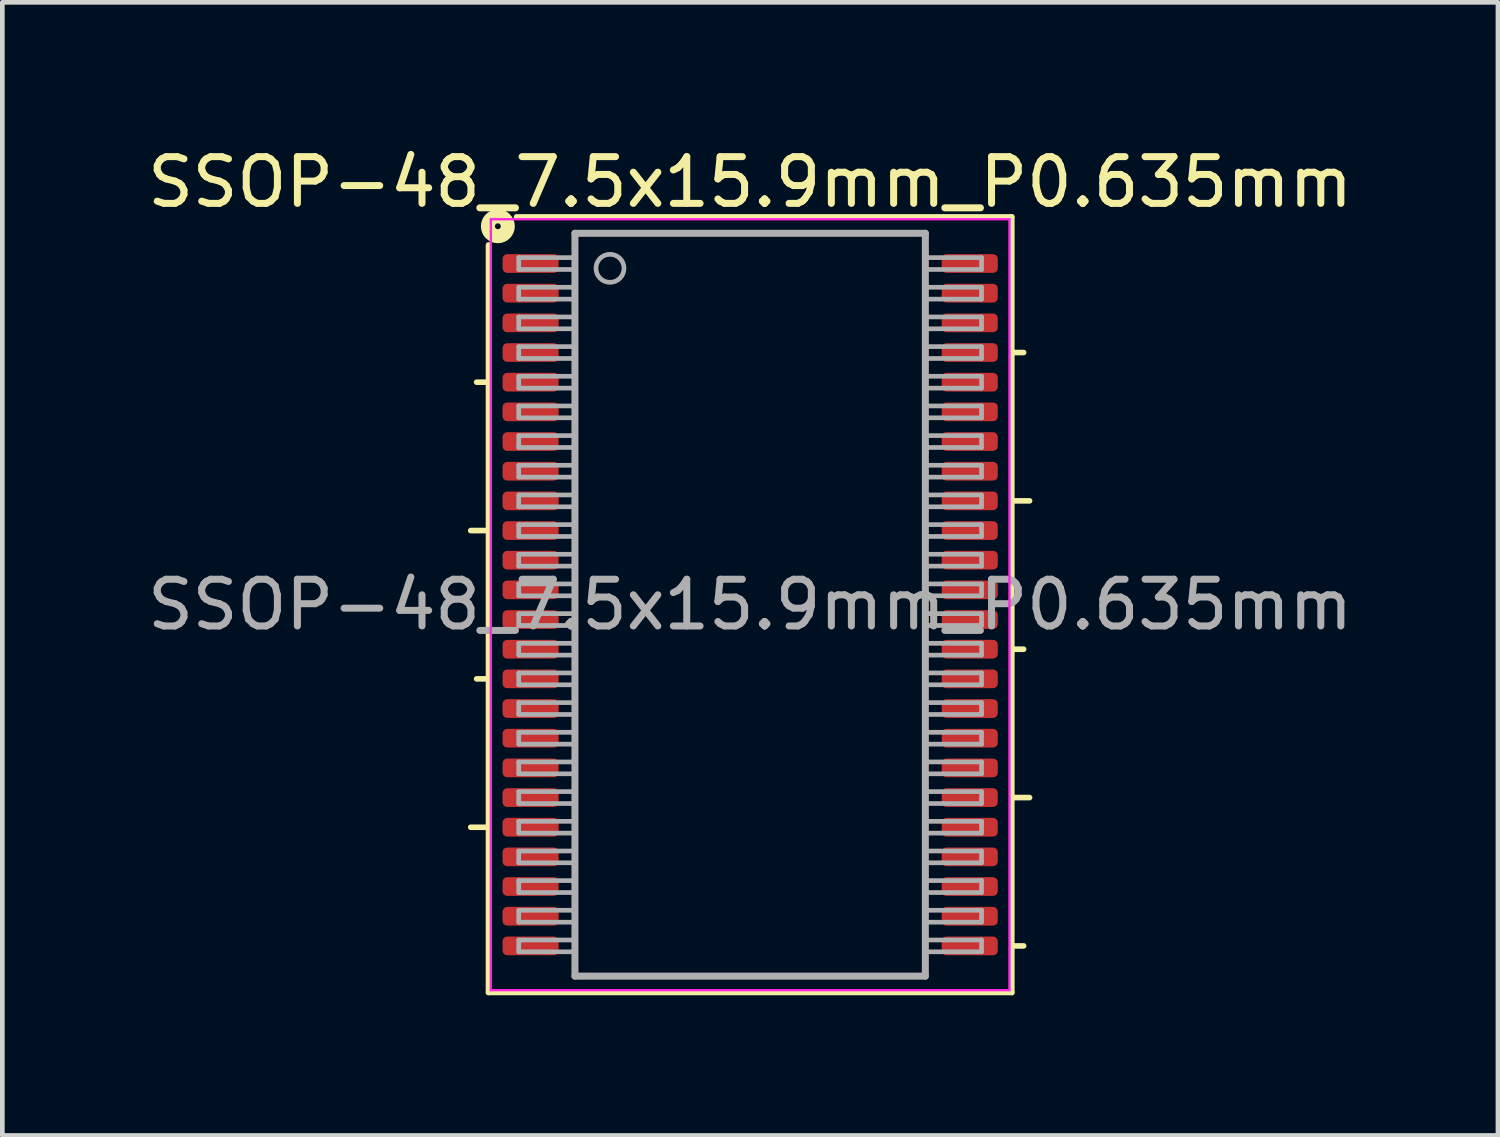
<source format=kicad_pcb>
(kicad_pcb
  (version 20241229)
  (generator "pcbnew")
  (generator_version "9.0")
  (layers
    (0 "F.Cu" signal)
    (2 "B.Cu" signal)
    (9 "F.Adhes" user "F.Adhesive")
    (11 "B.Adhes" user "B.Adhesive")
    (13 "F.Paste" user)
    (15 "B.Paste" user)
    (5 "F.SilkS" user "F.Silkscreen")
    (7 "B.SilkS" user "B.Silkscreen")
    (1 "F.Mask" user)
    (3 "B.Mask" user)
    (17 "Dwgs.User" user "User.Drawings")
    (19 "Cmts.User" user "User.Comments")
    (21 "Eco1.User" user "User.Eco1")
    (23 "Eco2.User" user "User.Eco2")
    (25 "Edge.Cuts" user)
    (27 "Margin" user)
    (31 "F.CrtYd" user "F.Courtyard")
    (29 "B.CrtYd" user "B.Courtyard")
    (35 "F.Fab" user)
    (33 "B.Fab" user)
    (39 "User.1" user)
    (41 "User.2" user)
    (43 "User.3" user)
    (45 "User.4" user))
  (footprint "SSOP-48_7.5x15.9mm_P0.635mm"
    (layer "F.Cu")
    (at 13.006 9.893)
    (property "Reference" "SSOP-48_7.5x15.9mm_P0.635mm" (at 0 -9.045 0) (layer "F.SilkS") (effects (font (size 1 1) (thickness 0.15))))
    (attr smd)
    (fp_line (start -5.6 -7.7) (end -5.6 8.3) (stroke (width 0.12) (type solid)) (layer "F.SilkS"))
    (fp_line (start -5.6 -4.763) (end -5.854 -4.763) (stroke (width 0.12) (type solid)) (layer "F.SilkS"))
    (fp_line (start -5.6 -1.587) (end -5.981 -1.587) (stroke (width 0.12) (type solid)) (layer "F.SilkS"))
    (fp_line (start -5.6 1.587) (end -5.854 1.587) (stroke (width 0.12) (type solid)) (layer "F.SilkS"))
    (fp_line (start -5.6 4.763) (end -5.981 4.763) (stroke (width 0.12) (type solid)) (layer "F.SilkS"))
    (fp_line (start -5.6 8.3) (end 5.6 8.3) (stroke (width 0.12) (type solid)) (layer "F.SilkS"))
    (fp_line (start 5.6 -8.3) (end -5 -8.3) (stroke (width 0.12) (type solid)) (layer "F.SilkS"))
    (fp_line (start 5.6 -5.397) (end 5.854 -5.397) (stroke (width 0.12) (type solid)) (layer "F.SilkS"))
    (fp_line (start 5.6 -2.223) (end 5.981 -2.223) (stroke (width 0.12) (type solid)) (layer "F.SilkS"))
    (fp_line (start 5.6 0.953) (end 5.854 0.953) (stroke (width 0.12) (type solid)) (layer "F.SilkS"))
    (fp_line (start 5.6 4.128) (end 5.981 4.128) (stroke (width 0.12) (type solid)) (layer "F.SilkS"))
    (fp_line (start 5.6 7.303) (end 5.854 7.303) (stroke (width 0.12) (type solid)) (layer "F.SilkS"))
    (fp_line (start 5.6 8.3) (end 5.6 -8.3) (stroke (width 0.12) (type solid)) (layer "F.SilkS"))
    (fp_circle (center -5.4 -8.1) (end -5.337 -8.1) (stroke (width 0.3) (type solid)) (fill no) (layer "F.SilkS"))
    (fp_line (start -5.55 -8.25) (end -5.55 8.25) (stroke (width 0.05) (type solid)) (layer "F.CrtYd"))
    (fp_line (start -5.55 -8.25) (end 5.55 -8.25) (stroke (width 0.05) (type solid)) (layer "F.CrtYd"))
    (fp_line (start -5.55 8.25) (end 5.55 8.25) (stroke (width 0.05) (type solid)) (layer "F.CrtYd"))
    (fp_line (start 5.55 -8.25) (end 5.55 8.25) (stroke (width 0.05) (type solid)) (layer "F.CrtYd"))
    (fp_line (start -4.953 -7.429) (end -4.953 -7.176) (stroke (width 0.1) (type solid)) (layer "F.Fab"))
    (fp_line (start -4.953 -7.429) (end -3.747 -7.429) (stroke (width 0.1) (type solid)) (layer "F.Fab"))
    (fp_line (start -4.953 -7.176) (end -3.747 -7.176) (stroke (width 0.1) (type solid)) (layer "F.Fab"))
    (fp_line (start -4.953 -6.795) (end -4.953 -6.54) (stroke (width 0.1) (type solid)) (layer "F.Fab"))
    (fp_line (start -4.953 -6.795) (end -3.747 -6.795) (stroke (width 0.1) (type solid)) (layer "F.Fab"))
    (fp_line (start -4.953 -6.54) (end -3.747 -6.54) (stroke (width 0.1) (type solid)) (layer "F.Fab"))
    (fp_line (start -4.953 -6.16) (end -4.953 -5.905) (stroke (width 0.1) (type solid)) (layer "F.Fab"))
    (fp_line (start -4.953 -6.16) (end -3.747 -6.16) (stroke (width 0.1) (type solid)) (layer "F.Fab"))
    (fp_line (start -4.953 -5.905) (end -3.747 -5.905) (stroke (width 0.1) (type solid)) (layer "F.Fab"))
    (fp_line (start -4.953 -5.524) (end -4.953 -5.271) (stroke (width 0.1) (type solid)) (layer "F.Fab"))
    (fp_line (start -4.953 -5.524) (end -3.747 -5.524) (stroke (width 0.1) (type solid)) (layer "F.Fab"))
    (fp_line (start -4.953 -5.271) (end -3.747 -5.271) (stroke (width 0.1) (type solid)) (layer "F.Fab"))
    (fp_line (start -4.953 -4.889) (end -4.953 -4.636) (stroke (width 0.1) (type solid)) (layer "F.Fab"))
    (fp_line (start -4.953 -4.889) (end -3.747 -4.889) (stroke (width 0.1) (type solid)) (layer "F.Fab"))
    (fp_line (start -4.953 -4.636) (end -3.747 -4.636) (stroke (width 0.1) (type solid)) (layer "F.Fab"))
    (fp_line (start -4.953 -4.255) (end -4.953 -4) (stroke (width 0.1) (type solid)) (layer "F.Fab"))
    (fp_line (start -4.953 -4.255) (end -3.747 -4.255) (stroke (width 0.1) (type solid)) (layer "F.Fab"))
    (fp_line (start -4.953 -4) (end -3.747 -4) (stroke (width 0.1) (type solid)) (layer "F.Fab"))
    (fp_line (start -4.953 -3.619) (end -4.953 -3.365) (stroke (width 0.1) (type solid)) (layer "F.Fab"))
    (fp_line (start -4.953 -3.619) (end -3.747 -3.619) (stroke (width 0.1) (type solid)) (layer "F.Fab"))
    (fp_line (start -4.953 -3.365) (end -3.747 -3.365) (stroke (width 0.1) (type solid)) (layer "F.Fab"))
    (fp_line (start -4.953 -2.985) (end -4.953 -2.731) (stroke (width 0.1) (type solid)) (layer "F.Fab"))
    (fp_line (start -4.953 -2.985) (end -3.747 -2.985) (stroke (width 0.1) (type solid)) (layer "F.Fab"))
    (fp_line (start -4.953 -2.731) (end -3.747 -2.731) (stroke (width 0.1) (type solid)) (layer "F.Fab"))
    (fp_line (start -4.953 -2.349) (end -4.953 -2.095) (stroke (width 0.1) (type solid)) (layer "F.Fab"))
    (fp_line (start -4.953 -2.349) (end -3.747 -2.349) (stroke (width 0.1) (type solid)) (layer "F.Fab"))
    (fp_line (start -4.953 -2.095) (end -3.747 -2.095) (stroke (width 0.1) (type solid)) (layer "F.Fab"))
    (fp_line (start -4.953 -1.714) (end -4.953 -1.46) (stroke (width 0.1) (type solid)) (layer "F.Fab"))
    (fp_line (start -4.953 -1.714) (end -3.747 -1.714) (stroke (width 0.1) (type solid)) (layer "F.Fab"))
    (fp_line (start -4.953 -1.46) (end -3.747 -1.46) (stroke (width 0.1) (type solid)) (layer "F.Fab"))
    (fp_line (start -4.953 -1.079) (end -4.953 -0.826) (stroke (width 0.1) (type solid)) (layer "F.Fab"))
    (fp_line (start -4.953 -1.079) (end -3.747 -1.079) (stroke (width 0.1) (type solid)) (layer "F.Fab"))
    (fp_line (start -4.953 -0.826) (end -3.747 -0.826) (stroke (width 0.1) (type solid)) (layer "F.Fab"))
    (fp_line (start -4.953 -0.445) (end -4.953 -0.191) (stroke (width 0.1) (type solid)) (layer "F.Fab"))
    (fp_line (start -4.953 -0.445) (end -3.747 -0.445) (stroke (width 0.1) (type solid)) (layer "F.Fab"))
    (fp_line (start -4.953 -0.191) (end -3.747 -0.191) (stroke (width 0.1) (type solid)) (layer "F.Fab"))
    (fp_line (start -4.953 0.191) (end -4.953 0.445) (stroke (width 0.1) (type solid)) (layer "F.Fab"))
    (fp_line (start -4.953 0.191) (end -3.747 0.191) (stroke (width 0.1) (type solid)) (layer "F.Fab"))
    (fp_line (start -4.953 0.445) (end -3.747 0.445) (stroke (width 0.1) (type solid)) (layer "F.Fab"))
    (fp_line (start -4.953 0.826) (end -4.953 1.079) (stroke (width 0.1) (type solid)) (layer "F.Fab"))
    (fp_line (start -4.953 0.826) (end -3.747 0.826) (stroke (width 0.1) (type solid)) (layer "F.Fab"))
    (fp_line (start -4.953 1.079) (end -3.747 1.079) (stroke (width 0.1) (type solid)) (layer "F.Fab"))
    (fp_line (start -4.953 1.46) (end -4.953 1.714) (stroke (width 0.1) (type solid)) (layer "F.Fab"))
    (fp_line (start -4.953 1.46) (end -3.747 1.46) (stroke (width 0.1) (type solid)) (layer "F.Fab"))
    (fp_line (start -4.953 1.714) (end -3.747 1.714) (stroke (width 0.1) (type solid)) (layer "F.Fab"))
    (fp_line (start -4.953 2.095) (end -4.953 2.349) (stroke (width 0.1) (type solid)) (layer "F.Fab"))
    (fp_line (start -4.953 2.095) (end -3.747 2.095) (stroke (width 0.1) (type solid)) (layer "F.Fab"))
    (fp_line (start -4.953 2.349) (end -3.747 2.349) (stroke (width 0.1) (type solid)) (layer "F.Fab"))
    (fp_line (start -4.953 2.731) (end -4.953 2.985) (stroke (width 0.1) (type solid)) (layer "F.Fab"))
    (fp_line (start -4.953 2.731) (end -3.747 2.731) (stroke (width 0.1) (type solid)) (layer "F.Fab"))
    (fp_line (start -4.953 2.985) (end -3.747 2.985) (stroke (width 0.1) (type solid)) (layer "F.Fab"))
    (fp_line (start -4.953 3.365) (end -4.953 3.619) (stroke (width 0.1) (type solid)) (layer "F.Fab"))
    (fp_line (start -4.953 3.365) (end -3.747 3.365) (stroke (width 0.1) (type solid)) (layer "F.Fab"))
    (fp_line (start -4.953 3.619) (end -3.747 3.619) (stroke (width 0.1) (type solid)) (layer "F.Fab"))
    (fp_line (start -4.953 4) (end -4.953 4.255) (stroke (width 0.1) (type solid)) (layer "F.Fab"))
    (fp_line (start -4.953 4) (end -3.747 4) (stroke (width 0.1) (type solid)) (layer "F.Fab"))
    (fp_line (start -4.953 4.255) (end -3.747 4.255) (stroke (width 0.1) (type solid)) (layer "F.Fab"))
    (fp_line (start -4.953 4.636) (end -4.953 4.889) (stroke (width 0.1) (type solid)) (layer "F.Fab"))
    (fp_line (start -4.953 4.636) (end -3.747 4.636) (stroke (width 0.1) (type solid)) (layer "F.Fab"))
    (fp_line (start -4.953 4.889) (end -3.747 4.889) (stroke (width 0.1) (type solid)) (layer "F.Fab"))
    (fp_line (start -4.953 5.271) (end -4.953 5.524) (stroke (width 0.1) (type solid)) (layer "F.Fab"))
    (fp_line (start -4.953 5.271) (end -3.747 5.271) (stroke (width 0.1) (type solid)) (layer "F.Fab"))
    (fp_line (start -4.953 5.524) (end -3.747 5.524) (stroke (width 0.1) (type solid)) (layer "F.Fab"))
    (fp_line (start -4.953 5.905) (end -4.953 6.16) (stroke (width 0.1) (type solid)) (layer "F.Fab"))
    (fp_line (start -4.953 5.905) (end -3.747 5.905) (stroke (width 0.1) (type solid)) (layer "F.Fab"))
    (fp_line (start -4.953 6.16) (end -3.747 6.16) (stroke (width 0.1) (type solid)) (layer "F.Fab"))
    (fp_line (start -4.953 6.54) (end -4.953 6.795) (stroke (width 0.1) (type solid)) (layer "F.Fab"))
    (fp_line (start -4.953 6.54) (end -3.747 6.54) (stroke (width 0.1) (type solid)) (layer "F.Fab"))
    (fp_line (start -4.953 6.795) (end -3.747 6.795) (stroke (width 0.1) (type solid)) (layer "F.Fab"))
    (fp_line (start -4.953 7.176) (end -4.953 7.429) (stroke (width 0.1) (type solid)) (layer "F.Fab"))
    (fp_line (start -4.953 7.176) (end -3.747 7.176) (stroke (width 0.1) (type solid)) (layer "F.Fab"))
    (fp_line (start -4.953 7.429) (end -3.747 7.429) (stroke (width 0.1) (type solid)) (layer "F.Fab"))
    (fp_line (start -3.75 -7.95) (end 3.75 -7.95) (stroke (width 0.15) (type solid)) (layer "F.Fab"))
    (fp_line (start -3.75 7.95) (end -3.75 -7.95) (stroke (width 0.15) (type solid)) (layer "F.Fab"))
    (fp_line (start 3.75 -7.95) (end 3.75 7.95) (stroke (width 0.15) (type solid)) (layer "F.Fab"))
    (fp_line (start 3.75 7.95) (end -3.75 7.95) (stroke (width 0.15) (type solid)) (layer "F.Fab"))
    (fp_line (start 4.953 -7.429) (end 3.747 -7.429) (stroke (width 0.1) (type solid)) (layer "F.Fab"))
    (fp_line (start 4.953 -7.176) (end 3.747 -7.176) (stroke (width 0.1) (type solid)) (layer "F.Fab"))
    (fp_line (start 4.953 -7.176) (end 4.953 -7.429) (stroke (width 0.1) (type solid)) (layer "F.Fab"))
    (fp_line (start 4.953 -6.795) (end 3.747 -6.795) (stroke (width 0.1) (type solid)) (layer "F.Fab"))
    (fp_line (start 4.953 -6.54) (end 3.747 -6.54) (stroke (width 0.1) (type solid)) (layer "F.Fab"))
    (fp_line (start 4.953 -6.54) (end 4.953 -6.795) (stroke (width 0.1) (type solid)) (layer "F.Fab"))
    (fp_line (start 4.953 -6.16) (end 3.747 -6.16) (stroke (width 0.1) (type solid)) (layer "F.Fab"))
    (fp_line (start 4.953 -5.905) (end 3.747 -5.905) (stroke (width 0.1) (type solid)) (layer "F.Fab"))
    (fp_line (start 4.953 -5.905) (end 4.953 -6.16) (stroke (width 0.1) (type solid)) (layer "F.Fab"))
    (fp_line (start 4.953 -5.524) (end 3.747 -5.524) (stroke (width 0.1) (type solid)) (layer "F.Fab"))
    (fp_line (start 4.953 -5.271) (end 3.747 -5.271) (stroke (width 0.1) (type solid)) (layer "F.Fab"))
    (fp_line (start 4.953 -5.271) (end 4.953 -5.524) (stroke (width 0.1) (type solid)) (layer "F.Fab"))
    (fp_line (start 4.953 -4.889) (end 3.747 -4.889) (stroke (width 0.1) (type solid)) (layer "F.Fab"))
    (fp_line (start 4.953 -4.636) (end 3.747 -4.636) (stroke (width 0.1) (type solid)) (layer "F.Fab"))
    (fp_line (start 4.953 -4.636) (end 4.953 -4.889) (stroke (width 0.1) (type solid)) (layer "F.Fab"))
    (fp_line (start 4.953 -4.255) (end 3.747 -4.255) (stroke (width 0.1) (type solid)) (layer "F.Fab"))
    (fp_line (start 4.953 -4) (end 3.747 -4) (stroke (width 0.1) (type solid)) (layer "F.Fab"))
    (fp_line (start 4.953 -4) (end 4.953 -4.255) (stroke (width 0.1) (type solid)) (layer "F.Fab"))
    (fp_line (start 4.953 -3.619) (end 3.747 -3.619) (stroke (width 0.1) (type solid)) (layer "F.Fab"))
    (fp_line (start 4.953 -3.365) (end 3.747 -3.365) (stroke (width 0.1) (type solid)) (layer "F.Fab"))
    (fp_line (start 4.953 -3.365) (end 4.953 -3.619) (stroke (width 0.1) (type solid)) (layer "F.Fab"))
    (fp_line (start 4.953 -2.985) (end 3.747 -2.985) (stroke (width 0.1) (type solid)) (layer "F.Fab"))
    (fp_line (start 4.953 -2.731) (end 3.747 -2.731) (stroke (width 0.1) (type solid)) (layer "F.Fab"))
    (fp_line (start 4.953 -2.731) (end 4.953 -2.985) (stroke (width 0.1) (type solid)) (layer "F.Fab"))
    (fp_line (start 4.953 -2.349) (end 3.747 -2.349) (stroke (width 0.1) (type solid)) (layer "F.Fab"))
    (fp_line (start 4.953 -2.095) (end 3.747 -2.095) (stroke (width 0.1) (type solid)) (layer "F.Fab"))
    (fp_line (start 4.953 -2.095) (end 4.953 -2.349) (stroke (width 0.1) (type solid)) (layer "F.Fab"))
    (fp_line (start 4.953 -1.714) (end 3.747 -1.714) (stroke (width 0.1) (type solid)) (layer "F.Fab"))
    (fp_line (start 4.953 -1.46) (end 3.747 -1.46) (stroke (width 0.1) (type solid)) (layer "F.Fab"))
    (fp_line (start 4.953 -1.46) (end 4.953 -1.714) (stroke (width 0.1) (type solid)) (layer "F.Fab"))
    (fp_line (start 4.953 -1.079) (end 3.747 -1.079) (stroke (width 0.1) (type solid)) (layer "F.Fab"))
    (fp_line (start 4.953 -0.826) (end 3.747 -0.826) (stroke (width 0.1) (type solid)) (layer "F.Fab"))
    (fp_line (start 4.953 -0.826) (end 4.953 -1.079) (stroke (width 0.1) (type solid)) (layer "F.Fab"))
    (fp_line (start 4.953 -0.445) (end 3.747 -0.445) (stroke (width 0.1) (type solid)) (layer "F.Fab"))
    (fp_line (start 4.953 -0.191) (end 3.747 -0.191) (stroke (width 0.1) (type solid)) (layer "F.Fab"))
    (fp_line (start 4.953 -0.191) (end 4.953 -0.445) (stroke (width 0.1) (type solid)) (layer "F.Fab"))
    (fp_line (start 4.953 0.191) (end 3.747 0.191) (stroke (width 0.1) (type solid)) (layer "F.Fab"))
    (fp_line (start 4.953 0.445) (end 3.747 0.445) (stroke (width 0.1) (type solid)) (layer "F.Fab"))
    (fp_line (start 4.953 0.445) (end 4.953 0.191) (stroke (width 0.1) (type solid)) (layer "F.Fab"))
    (fp_line (start 4.953 0.826) (end 3.747 0.826) (stroke (width 0.1) (type solid)) (layer "F.Fab"))
    (fp_line (start 4.953 1.079) (end 3.747 1.079) (stroke (width 0.1) (type solid)) (layer "F.Fab"))
    (fp_line (start 4.953 1.079) (end 4.953 0.826) (stroke (width 0.1) (type solid)) (layer "F.Fab"))
    (fp_line (start 4.953 1.46) (end 3.747 1.46) (stroke (width 0.1) (type solid)) (layer "F.Fab"))
    (fp_line (start 4.953 1.714) (end 3.747 1.714) (stroke (width 0.1) (type solid)) (layer "F.Fab"))
    (fp_line (start 4.953 1.714) (end 4.953 1.46) (stroke (width 0.1) (type solid)) (layer "F.Fab"))
    (fp_line (start 4.953 2.095) (end 3.747 2.095) (stroke (width 0.1) (type solid)) (layer "F.Fab"))
    (fp_line (start 4.953 2.349) (end 3.747 2.349) (stroke (width 0.1) (type solid)) (layer "F.Fab"))
    (fp_line (start 4.953 2.349) (end 4.953 2.095) (stroke (width 0.1) (type solid)) (layer "F.Fab"))
    (fp_line (start 4.953 2.731) (end 3.747 2.731) (stroke (width 0.1) (type solid)) (layer "F.Fab"))
    (fp_line (start 4.953 2.985) (end 3.747 2.985) (stroke (width 0.1) (type solid)) (layer "F.Fab"))
    (fp_line (start 4.953 2.985) (end 4.953 2.731) (stroke (width 0.1) (type solid)) (layer "F.Fab"))
    (fp_line (start 4.953 3.365) (end 3.747 3.365) (stroke (width 0.1) (type solid)) (layer "F.Fab"))
    (fp_line (start 4.953 3.619) (end 3.747 3.619) (stroke (width 0.1) (type solid)) (layer "F.Fab"))
    (fp_line (start 4.953 3.619) (end 4.953 3.365) (stroke (width 0.1) (type solid)) (layer "F.Fab"))
    (fp_line (start 4.953 4) (end 3.747 4) (stroke (width 0.1) (type solid)) (layer "F.Fab"))
    (fp_line (start 4.953 4.255) (end 3.747 4.255) (stroke (width 0.1) (type solid)) (layer "F.Fab"))
    (fp_line (start 4.953 4.255) (end 4.953 4) (stroke (width 0.1) (type solid)) (layer "F.Fab"))
    (fp_line (start 4.953 4.636) (end 3.747 4.636) (stroke (width 0.1) (type solid)) (layer "F.Fab"))
    (fp_line (start 4.953 4.889) (end 3.747 4.889) (stroke (width 0.1) (type solid)) (layer "F.Fab"))
    (fp_line (start 4.953 4.889) (end 4.953 4.636) (stroke (width 0.1) (type solid)) (layer "F.Fab"))
    (fp_line (start 4.953 5.271) (end 3.747 5.271) (stroke (width 0.1) (type solid)) (layer "F.Fab"))
    (fp_line (start 4.953 5.524) (end 3.747 5.524) (stroke (width 0.1) (type solid)) (layer "F.Fab"))
    (fp_line (start 4.953 5.524) (end 4.953 5.271) (stroke (width 0.1) (type solid)) (layer "F.Fab"))
    (fp_line (start 4.953 5.905) (end 3.747 5.905) (stroke (width 0.1) (type solid)) (layer "F.Fab"))
    (fp_line (start 4.953 6.16) (end 3.747 6.16) (stroke (width 0.1) (type solid)) (layer "F.Fab"))
    (fp_line (start 4.953 6.16) (end 4.953 5.905) (stroke (width 0.1) (type solid)) (layer "F.Fab"))
    (fp_line (start 4.953 6.54) (end 3.747 6.54) (stroke (width 0.1) (type solid)) (layer "F.Fab"))
    (fp_line (start 4.953 6.795) (end 3.747 6.795) (stroke (width 0.1) (type solid)) (layer "F.Fab"))
    (fp_line (start 4.953 6.795) (end 4.953 6.54) (stroke (width 0.1) (type solid)) (layer "F.Fab"))
    (fp_line (start 4.953 7.176) (end 3.747 7.176) (stroke (width 0.1) (type solid)) (layer "F.Fab"))
    (fp_line (start 4.953 7.429) (end 3.747 7.429) (stroke (width 0.1) (type solid)) (layer "F.Fab"))
    (fp_line (start 4.953 7.429) (end 4.953 7.176) (stroke (width 0.1) (type solid)) (layer "F.Fab"))
    (fp_circle (center -3 -7.2) (end -2.7 -7.2) (stroke (width 0.1) (type solid)) (fill no) (layer "F.Fab"))
    (fp_text user "${REFERENCE}" (at 0 0 0) (layer "F.Fab") (effects (font (size 1 1) (thickness 0.15))))
    (pad "1" smd roundrect (at -4.7 -7.303) (size 1.2 0.4) (layers "F.Cu" "F.Mask" "F.Paste") (roundrect_rratio 0.25))
    (pad "2" smd roundrect (at -4.7 -6.668) (size 1.2 0.4) (layers "F.Cu" "F.Mask" "F.Paste") (roundrect_rratio 0.25))
    (pad "3" smd roundrect (at -4.7 -6.032) (size 1.2 0.4) (layers "F.Cu" "F.Mask" "F.Paste") (roundrect_rratio 0.25))
    (pad "4" smd roundrect (at -4.7 -5.397) (size 1.2 0.4) (layers "F.Cu" "F.Mask" "F.Paste") (roundrect_rratio 0.25))
    (pad "5" smd roundrect (at -4.7 -4.763) (size 1.2 0.4) (layers "F.Cu" "F.Mask" "F.Paste") (roundrect_rratio 0.25))
    (pad "6" smd roundrect (at -4.7 -4.128) (size 1.2 0.4) (layers "F.Cu" "F.Mask" "F.Paste") (roundrect_rratio 0.25))
    (pad "7" smd roundrect (at -4.7 -3.493) (size 1.2 0.4) (layers "F.Cu" "F.Mask" "F.Paste") (roundrect_rratio 0.25))
    (pad "8" smd roundrect (at -4.7 -2.857) (size 1.2 0.4) (layers "F.Cu" "F.Mask" "F.Paste") (roundrect_rratio 0.25))
    (pad "9" smd roundrect (at -4.7 -2.223) (size 1.2 0.4) (layers "F.Cu" "F.Mask" "F.Paste") (roundrect_rratio 0.25))
    (pad "10" smd roundrect (at -4.7 -1.587) (size 1.2 0.4) (layers "F.Cu" "F.Mask" "F.Paste") (roundrect_rratio 0.25))
    (pad "11" smd roundrect (at -4.7 -0.953) (size 1.2 0.4) (layers "F.Cu" "F.Mask" "F.Paste") (roundrect_rratio 0.25))
    (pad "12" smd roundrect (at -4.7 -0.318) (size 1.2 0.4) (layers "F.Cu" "F.Mask" "F.Paste") (roundrect_rratio 0.25))
    (pad "13" smd roundrect (at -4.7 0.318) (size 1.2 0.4) (layers "F.Cu" "F.Mask" "F.Paste") (roundrect_rratio 0.25))
    (pad "14" smd roundrect (at -4.7 0.953) (size 1.2 0.4) (layers "F.Cu" "F.Mask" "F.Paste") (roundrect_rratio 0.25))
    (pad "15" smd roundrect (at -4.7 1.587) (size 1.2 0.4) (layers "F.Cu" "F.Mask" "F.Paste") (roundrect_rratio 0.25))
    (pad "16" smd roundrect (at -4.7 2.223) (size 1.2 0.4) (layers "F.Cu" "F.Mask" "F.Paste") (roundrect_rratio 0.25))
    (pad "17" smd roundrect (at -4.7 2.857) (size 1.2 0.4) (layers "F.Cu" "F.Mask" "F.Paste") (roundrect_rratio 0.25))
    (pad "18" smd roundrect (at -4.7 3.493) (size 1.2 0.4) (layers "F.Cu" "F.Mask" "F.Paste") (roundrect_rratio 0.25))
    (pad "19" smd roundrect (at -4.7 4.128) (size 1.2 0.4) (layers "F.Cu" "F.Mask" "F.Paste") (roundrect_rratio 0.25))
    (pad "20" smd roundrect (at -4.7 4.763) (size 1.2 0.4) (layers "F.Cu" "F.Mask" "F.Paste") (roundrect_rratio 0.25))
    (pad "21" smd roundrect (at -4.7 5.397) (size 1.2 0.4) (layers "F.Cu" "F.Mask" "F.Paste") (roundrect_rratio 0.25))
    (pad "22" smd roundrect (at -4.7 6.032) (size 1.2 0.4) (layers "F.Cu" "F.Mask" "F.Paste") (roundrect_rratio 0.25))
    (pad "23" smd roundrect (at -4.7 6.668) (size 1.2 0.4) (layers "F.Cu" "F.Mask" "F.Paste") (roundrect_rratio 0.25))
    (pad "24" smd roundrect (at -4.7 7.303) (size 1.2 0.4) (layers "F.Cu" "F.Mask" "F.Paste") (roundrect_rratio 0.25))
    (pad "25" smd roundrect (at 4.7 7.303) (size 1.2 0.4) (layers "F.Cu" "F.Mask" "F.Paste") (roundrect_rratio 0.25))
    (pad "26" smd roundrect (at 4.7 6.668) (size 1.2 0.4) (layers "F.Cu" "F.Mask" "F.Paste") (roundrect_rratio 0.25))
    (pad "27" smd roundrect (at 4.7 6.032) (size 1.2 0.4) (layers "F.Cu" "F.Mask" "F.Paste") (roundrect_rratio 0.25))
    (pad "28" smd roundrect (at 4.7 5.397) (size 1.2 0.4) (layers "F.Cu" "F.Mask" "F.Paste") (roundrect_rratio 0.25))
    (pad "29" smd roundrect (at 4.7 4.763) (size 1.2 0.4) (layers "F.Cu" "F.Mask" "F.Paste") (roundrect_rratio 0.25))
    (pad "30" smd roundrect (at 4.7 4.128) (size 1.2 0.4) (layers "F.Cu" "F.Mask" "F.Paste") (roundrect_rratio 0.25))
    (pad "31" smd roundrect (at 4.7 3.493) (size 1.2 0.4) (layers "F.Cu" "F.Mask" "F.Paste") (roundrect_rratio 0.25))
    (pad "32" smd roundrect (at 4.7 2.857) (size 1.2 0.4) (layers "F.Cu" "F.Mask" "F.Paste") (roundrect_rratio 0.25))
    (pad "33" smd roundrect (at 4.7 2.223) (size 1.2 0.4) (layers "F.Cu" "F.Mask" "F.Paste") (roundrect_rratio 0.25))
    (pad "34" smd roundrect (at 4.7 1.587) (size 1.2 0.4) (layers "F.Cu" "F.Mask" "F.Paste") (roundrect_rratio 0.25))
    (pad "35" smd roundrect (at 4.7 0.953) (size 1.2 0.4) (layers "F.Cu" "F.Mask" "F.Paste") (roundrect_rratio 0.25))
    (pad "36" smd roundrect (at 4.7 0.318) (size 1.2 0.4) (layers "F.Cu" "F.Mask" "F.Paste") (roundrect_rratio 0.25))
    (pad "37" smd roundrect (at 4.7 -0.318) (size 1.2 0.4) (layers "F.Cu" "F.Mask" "F.Paste") (roundrect_rratio 0.25))
    (pad "38" smd roundrect (at 4.7 -0.953) (size 1.2 0.4) (layers "F.Cu" "F.Mask" "F.Paste") (roundrect_rratio 0.25))
    (pad "39" smd roundrect (at 4.7 -1.587) (size 1.2 0.4) (layers "F.Cu" "F.Mask" "F.Paste") (roundrect_rratio 0.25))
    (pad "40" smd roundrect (at 4.7 -2.223) (size 1.2 0.4) (layers "F.Cu" "F.Mask" "F.Paste") (roundrect_rratio 0.25))
    (pad "41" smd roundrect (at 4.7 -2.857) (size 1.2 0.4) (layers "F.Cu" "F.Mask" "F.Paste") (roundrect_rratio 0.25))
    (pad "42" smd roundrect (at 4.7 -3.493) (size 1.2 0.4) (layers "F.Cu" "F.Mask" "F.Paste") (roundrect_rratio 0.25))
    (pad "43" smd roundrect (at 4.7 -4.128) (size 1.2 0.4) (layers "F.Cu" "F.Mask" "F.Paste") (roundrect_rratio 0.25))
    (pad "44" smd roundrect (at 4.7 -4.763) (size 1.2 0.4) (layers "F.Cu" "F.Mask" "F.Paste") (roundrect_rratio 0.25))
    (pad "45" smd roundrect (at 4.7 -5.397) (size 1.2 0.4) (layers "F.Cu" "F.Mask" "F.Paste") (roundrect_rratio 0.25))
    (pad "46" smd roundrect (at 4.7 -6.032) (size 1.2 0.4) (layers "F.Cu" "F.Mask" "F.Paste") (roundrect_rratio 0.25))
    (pad "47" smd roundrect (at 4.7 -6.668) (size 1.2 0.4) (layers "F.Cu" "F.Mask" "F.Paste") (roundrect_rratio 0.25))
    (pad "48" smd roundrect (at 4.7 -7.303) (size 1.2 0.4) (layers "F.Cu" "F.Mask" "F.Paste") (roundrect_rratio 0.25)))
  (gr_rect
    (start -3 -3)
    (end 29.012 21.253)
    (stroke (width 0.1) (type default))
    (fill no)
    (layer "Edge.Cuts")))
</source>
